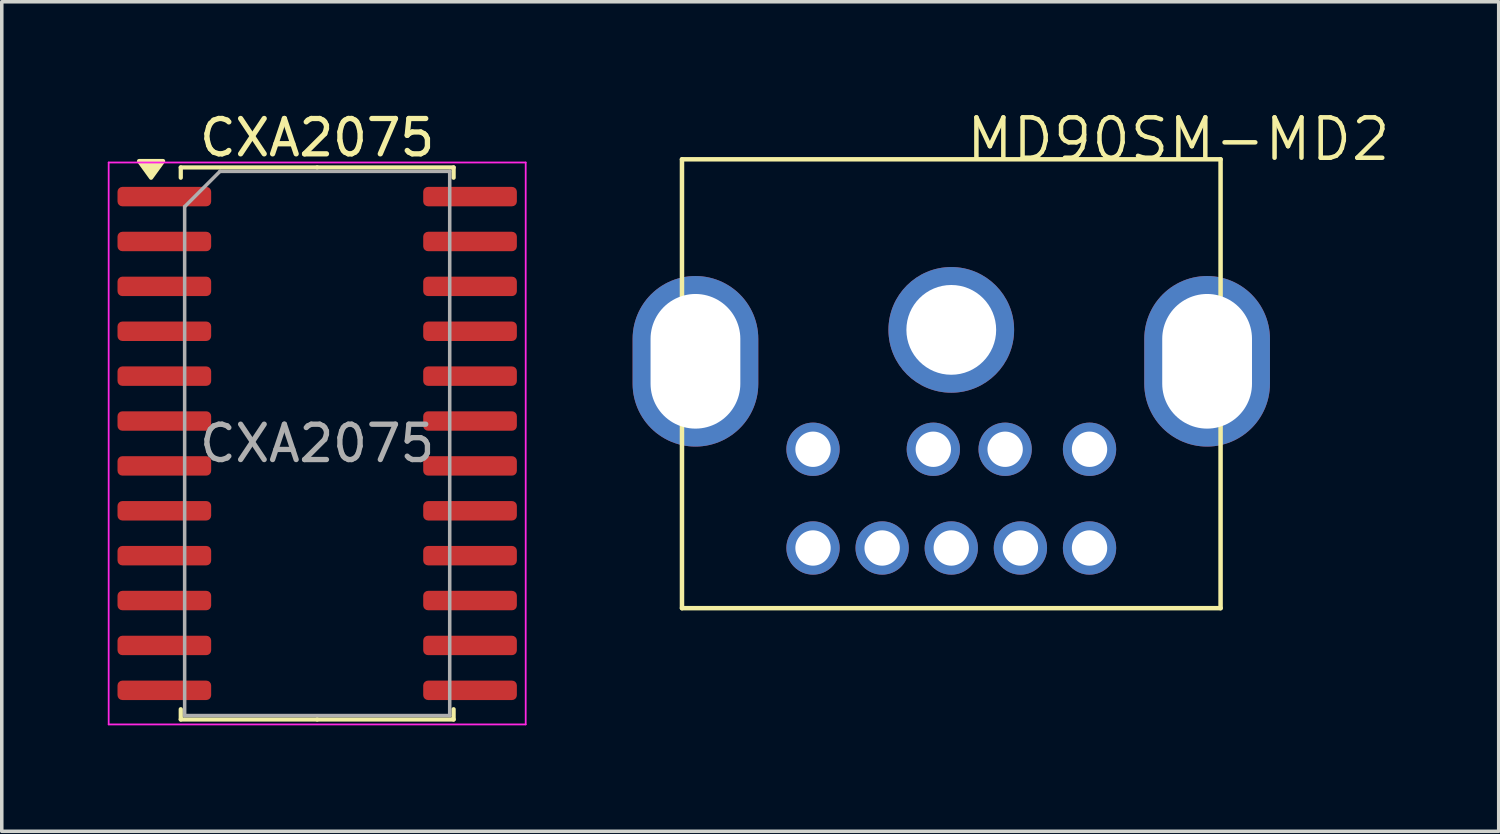
<source format=kicad_pcb>
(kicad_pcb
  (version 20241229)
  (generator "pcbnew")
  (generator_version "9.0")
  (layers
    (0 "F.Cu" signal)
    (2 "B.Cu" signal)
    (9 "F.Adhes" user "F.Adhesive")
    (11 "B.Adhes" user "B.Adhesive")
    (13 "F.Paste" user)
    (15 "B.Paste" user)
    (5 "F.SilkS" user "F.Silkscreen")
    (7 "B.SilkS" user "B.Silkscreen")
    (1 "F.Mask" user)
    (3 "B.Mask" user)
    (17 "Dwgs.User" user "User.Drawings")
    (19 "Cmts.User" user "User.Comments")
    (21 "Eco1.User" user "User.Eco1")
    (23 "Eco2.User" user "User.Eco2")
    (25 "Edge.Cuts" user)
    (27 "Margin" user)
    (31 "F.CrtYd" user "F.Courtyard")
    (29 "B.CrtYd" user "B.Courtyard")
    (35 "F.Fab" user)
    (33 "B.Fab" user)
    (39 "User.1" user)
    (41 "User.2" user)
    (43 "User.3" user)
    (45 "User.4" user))
  (footprint "CXA2075"
    (layer "F.Cu")
    (at 5.925 9.498)
    (property "Reference" "CXA2075" (at 0 -8.65 0) (layer "F.SilkS") (effects (font (size 1 1) (thickness 0.15))))
    (attr smd)
    (fp_line (start -3.86 -7.81) (end -3.86 -7.52) (stroke (width 0.12) (type solid)) (layer "F.SilkS"))
    (fp_line (start -3.86 7.81) (end -3.86 7.52) (stroke (width 0.12) (type solid)) (layer "F.SilkS"))
    (fp_line (start 0 -7.81) (end -3.86 -7.81) (stroke (width 0.12) (type solid)) (layer "F.SilkS"))
    (fp_line (start 0 -7.81) (end 3.86 -7.81) (stroke (width 0.12) (type solid)) (layer "F.SilkS"))
    (fp_line (start 0 7.81) (end -3.86 7.81) (stroke (width 0.12) (type solid)) (layer "F.SilkS"))
    (fp_line (start 0 7.81) (end 3.86 7.81) (stroke (width 0.12) (type solid)) (layer "F.SilkS"))
    (fp_line (start 3.86 -7.81) (end 3.86 -7.52) (stroke (width 0.12) (type solid)) (layer "F.SilkS"))
    (fp_line (start 3.86 7.81) (end 3.86 7.52) (stroke (width 0.12) (type solid)) (layer "F.SilkS"))
    (fp_poly (pts (xy -4.7 -7.52) (xy -5.04 -7.99) (xy -4.36 -7.99) (xy -4.7 -7.52)) (stroke (width 0.12) (type solid)) (fill yes) (layer "F.SilkS"))
    (fp_line (start -5.9 -7.95) (end -5.9 7.95) (stroke (width 0.05) (type solid)) (layer "F.CrtYd"))
    (fp_line (start -5.9 7.95) (end 5.9 7.95) (stroke (width 0.05) (type solid)) (layer "F.CrtYd"))
    (fp_line (start 5.9 -7.95) (end -5.9 -7.95) (stroke (width 0.05) (type solid)) (layer "F.CrtYd"))
    (fp_line (start 5.9 7.95) (end 5.9 -7.95) (stroke (width 0.05) (type solid)) (layer "F.CrtYd"))
    (fp_line (start -3.75 -6.7) (end -2.75 -7.7) (stroke (width 0.1) (type solid)) (layer "F.Fab"))
    (fp_line (start -3.75 7.7) (end -3.75 -6.7) (stroke (width 0.1) (type solid)) (layer "F.Fab"))
    (fp_line (start -2.75 -7.7) (end 3.75 -7.7) (stroke (width 0.1) (type solid)) (layer "F.Fab"))
    (fp_line (start 3.75 -7.7) (end 3.75 7.7) (stroke (width 0.1) (type solid)) (layer "F.Fab"))
    (fp_line (start 3.75 7.7) (end -3.75 7.7) (stroke (width 0.1) (type solid)) (layer "F.Fab"))
    (fp_text user "${REFERENCE}" (at 0 0 0) (layer "F.Fab") (effects (font (size 1 1) (thickness 0.15))))
    (pad "1" smd roundrect (at -4.325 -6.985) (size 2.65 0.55) (layers "F.Cu" "F.Mask" "F.Paste") (roundrect_rratio 0.25))
    (pad "2" smd roundrect (at -4.325 -5.715) (size 2.65 0.55) (layers "F.Cu" "F.Mask" "F.Paste") (roundrect_rratio 0.25))
    (pad "3" smd roundrect (at -4.325 -4.445) (size 2.65 0.55) (layers "F.Cu" "F.Mask" "F.Paste") (roundrect_rratio 0.25))
    (pad "4" smd roundrect (at -4.325 -3.175) (size 2.65 0.55) (layers "F.Cu" "F.Mask" "F.Paste") (roundrect_rratio 0.25))
    (pad "5" smd roundrect (at -4.325 -1.905) (size 2.65 0.55) (layers "F.Cu" "F.Mask" "F.Paste") (roundrect_rratio 0.25))
    (pad "6" smd roundrect (at -4.325 -0.635) (size 2.65 0.55) (layers "F.Cu" "F.Mask" "F.Paste") (roundrect_rratio 0.25))
    (pad "7" smd roundrect (at -4.325 0.635) (size 2.65 0.55) (layers "F.Cu" "F.Mask" "F.Paste") (roundrect_rratio 0.25))
    (pad "8" smd roundrect (at -4.325 1.905) (size 2.65 0.55) (layers "F.Cu" "F.Mask" "F.Paste") (roundrect_rratio 0.25))
    (pad "9" smd roundrect (at -4.325 3.175) (size 2.65 0.55) (layers "F.Cu" "F.Mask" "F.Paste") (roundrect_rratio 0.25))
    (pad "10" smd roundrect (at -4.325 4.445) (size 2.65 0.55) (layers "F.Cu" "F.Mask" "F.Paste") (roundrect_rratio 0.25))
    (pad "11" smd roundrect (at -4.325 5.715) (size 2.65 0.55) (layers "F.Cu" "F.Mask" "F.Paste") (roundrect_rratio 0.25))
    (pad "12" smd roundrect (at -4.325 6.985) (size 2.65 0.55) (layers "F.Cu" "F.Mask" "F.Paste") (roundrect_rratio 0.25))
    (pad "13" smd roundrect (at 4.325 6.985) (size 2.65 0.55) (layers "F.Cu" "F.Mask" "F.Paste") (roundrect_rratio 0.25))
    (pad "14" smd roundrect (at 4.325 5.715) (size 2.65 0.55) (layers "F.Cu" "F.Mask" "F.Paste") (roundrect_rratio 0.25))
    (pad "15" smd roundrect (at 4.325 4.445) (size 2.65 0.55) (layers "F.Cu" "F.Mask" "F.Paste") (roundrect_rratio 0.25))
    (pad "16" smd roundrect (at 4.325 3.175) (size 2.65 0.55) (layers "F.Cu" "F.Mask" "F.Paste") (roundrect_rratio 0.25))
    (pad "17" smd roundrect (at 4.325 1.905) (size 2.65 0.55) (layers "F.Cu" "F.Mask" "F.Paste") (roundrect_rratio 0.25))
    (pad "18" smd roundrect (at 4.325 0.635) (size 2.65 0.55) (layers "F.Cu" "F.Mask" "F.Paste") (roundrect_rratio 0.25))
    (pad "19" smd roundrect (at 4.325 -0.635) (size 2.65 0.55) (layers "F.Cu" "F.Mask" "F.Paste") (roundrect_rratio 0.25))
    (pad "20" smd roundrect (at 4.325 -1.905) (size 2.65 0.55) (layers "F.Cu" "F.Mask" "F.Paste") (roundrect_rratio 0.25))
    (pad "21" smd roundrect (at 4.325 -3.175) (size 2.65 0.55) (layers "F.Cu" "F.Mask" "F.Paste") (roundrect_rratio 0.25))
    (pad "22" smd roundrect (at 4.325 -4.445) (size 2.65 0.55) (layers "F.Cu" "F.Mask" "F.Paste") (roundrect_rratio 0.25))
    (pad "23" smd roundrect (at 4.325 -5.715) (size 2.65 0.55) (layers "F.Cu" "F.Mask" "F.Paste") (roundrect_rratio 0.25))
    (pad "24" smd roundrect (at 4.325 -6.985) (size 2.65 0.55) (layers "F.Cu" "F.Mask" "F.Paste") (roundrect_rratio 0.25)))
  (footprint "MD90SM-MD2"
    (layer "F.Cu")
    (at 23.867 14.658)
    (property "Reference" "MD90SM-MD2" (at 6.426 -13.767 180) (layer "F.SilkS") (effects (font (size 1.143 1.143) (thickness 0.127))))
    (fp_line (start -7.62 -13.2) (end -7.62 -0.5) (stroke (width 0.127) (type solid)) (layer "F.SilkS"))
    (fp_line (start -7.62 -13.2) (end 7.62 -13.2) (stroke (width 0.127) (type solid)) (layer "F.SilkS"))
    (fp_line (start -7.62 -0.5) (end 7.62 -0.5) (stroke (width 0.127) (type solid)) (layer "F.SilkS"))
    (fp_line (start 7.62 -0.5) (end 7.62 -13.2) (stroke (width 0.127) (type solid)) (layer "F.SilkS"))
    (pad "1" thru_hole circle (at 1.524 -4.996 90) (size 1.508 1.508) (drill 1) (layers "*.Cu" "*.Mask"))
    (pad "2" thru_hole circle (at -0.508 -4.996 90) (size 1.508 1.508) (drill 1) (layers "*.Cu" "*.Mask"))
    (pad "3" thru_hole circle (at 3.912 -4.996 90) (size 1.508 1.508) (drill 1) (layers "*.Cu" "*.Mask"))
    (pad "4" thru_hole circle (at 1.956 -2.202 90) (size 1.508 1.508) (drill 1) (layers "*.Cu" "*.Mask"))
    (pad "5" thru_hole circle (at 0 -2.202 90) (size 1.508 1.508) (drill 1) (layers "*.Cu" "*.Mask"))
    (pad "6" thru_hole circle (at -3.912 -4.996 90) (size 1.508 1.508) (drill 1) (layers "*.Cu" "*.Mask"))
    (pad "7" thru_hole circle (at 3.912 -2.202 90) (size 1.508 1.508) (drill 1) (layers "*.Cu" "*.Mask"))
    (pad "8" thru_hole circle (at -1.956 -2.202 90) (size 1.508 1.508) (drill 1) (layers "*.Cu" "*.Mask"))
    (pad "9" thru_hole circle (at -3.912 -2.202 90) (size 1.508 1.508) (drill 1) (layers "*.Cu" "*.Mask"))
    (pad "S1" thru_hole oval (at -7.239 -7.485 90) (size 4.826 3.556) (drill oval 3.81 2.54) (layers "*.Cu" "*.Mask"))
    (pad "S2" thru_hole circle (at 0 -8.374 90) (size 3.556 3.556) (drill 2.54) (layers "*.Cu" "*.Mask"))
    (pad "S3" thru_hole oval (at 7.239 -7.485 90) (size 4.826 3.556) (drill oval 3.81 2.54) (layers "*.Cu" "*.Mask")))
  (gr_rect
    (start -3 -3)
    (end 39.357 20.473)
    (stroke (width 0.1) (type default))
    (fill no)
    (layer "Edge.Cuts")))
</source>
